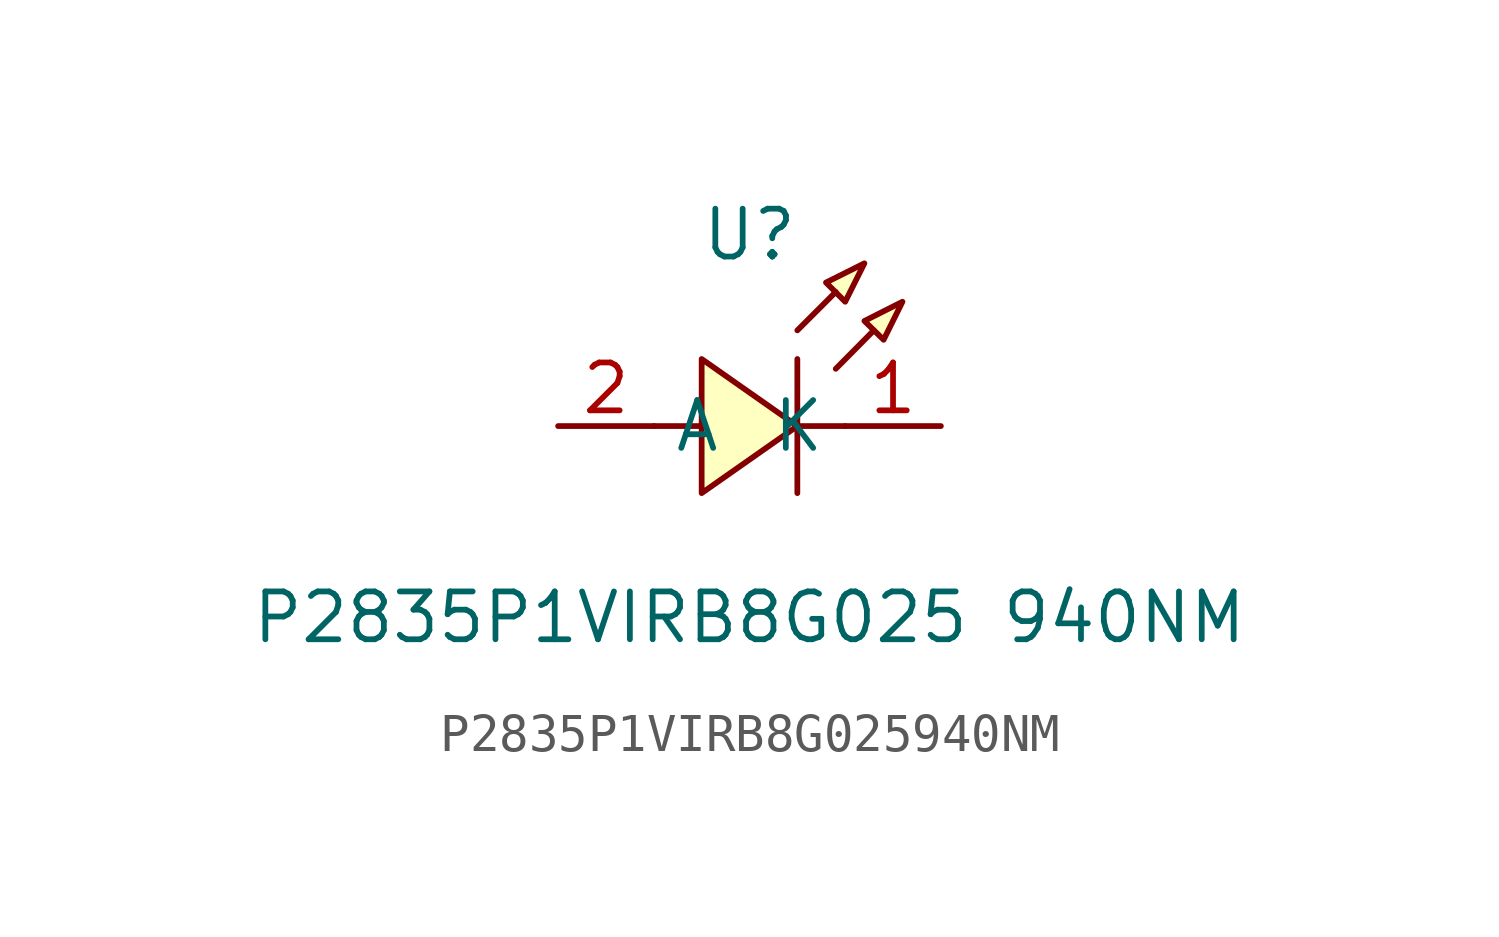
<source format=kicad_sym>
(kicad_symbol_lib
  (version 20211014)
  (generator https://github.com/uPesy/easyeda2kicad.py)
  (symbol "P2835P1VIRB8G025940NM"
    (property "Reference" "U"
      (at 0 5.08 0)
      (effects (font (size 1.27 1.27))))
    (property "Value" "P2835P1VIRB8G025 940NM"
      (at 0 -5.08 0)
      (effects (font (size 1.27 1.27))))
    (symbol "P2835P1VIRB8G025940NM_0_1"
      (polyline (pts (xy 4.06 3.30) (xy 3.05 2.79) (xy 3.56 2.29) (xy 4.06 3.30)) (stroke (width 0) (type default) (color 0 0 0 0)) (fill (type background)))
      (polyline (pts (xy 3.05 4.32) (xy 2.03 3.81) (xy 2.54 3.30) (xy 3.05 4.32)) (stroke (width 0) (type default) (color 0 0 0 0)) (fill (type background)))
      (polyline (pts (xy -1.27 1.78) (xy 1.27 -0.00) (xy -1.27 -1.78) (xy -1.27 1.78)) (stroke (width 0) (type default) (color 0 0 0 0)) (fill (type background)))
      (polyline (pts (xy 2.29 1.52) (xy 3.30 2.54) (xy 2.29 1.52)) (stroke (width 0) (type default) (color 0 0 0 0)) (fill (type background)))
      (polyline (pts (xy 1.27 2.54) (xy 2.29 3.56) (xy 1.27 2.54)) (stroke (width 0) (type default) (color 0 0 0 0)) (fill (type background)))
      (polyline (pts (xy 1.27 -0.00) (xy 2.54 -0.00)) (stroke (width 0) (type default) (color 0 0 0 0)) (fill (type none)))
      (polyline (pts (xy -2.54 -0.00) (xy -1.27 -0.00)) (stroke (width 0) (type default) (color 0 0 0 0)) (fill (type none)))
      (polyline (pts (xy 1.27 1.78) (xy 1.27 -1.78)) (stroke (width 0) (type default) (color 0 0 0 0)) (fill (type none)))
      (pin unspecified line (at 5.08 -0.00 180) (length 2.54) (name "K" (effects (font (size 1.27 1.27)))) (number "1" (effects (font (size 1.27 1.27)))))
      (pin unspecified line (at -5.08 -0.00 0) (length 2.54) (name "A" (effects (font (size 1.27 1.27)))) (number "2" (effects (font (size 1.27 1.27))))))))
</source>
